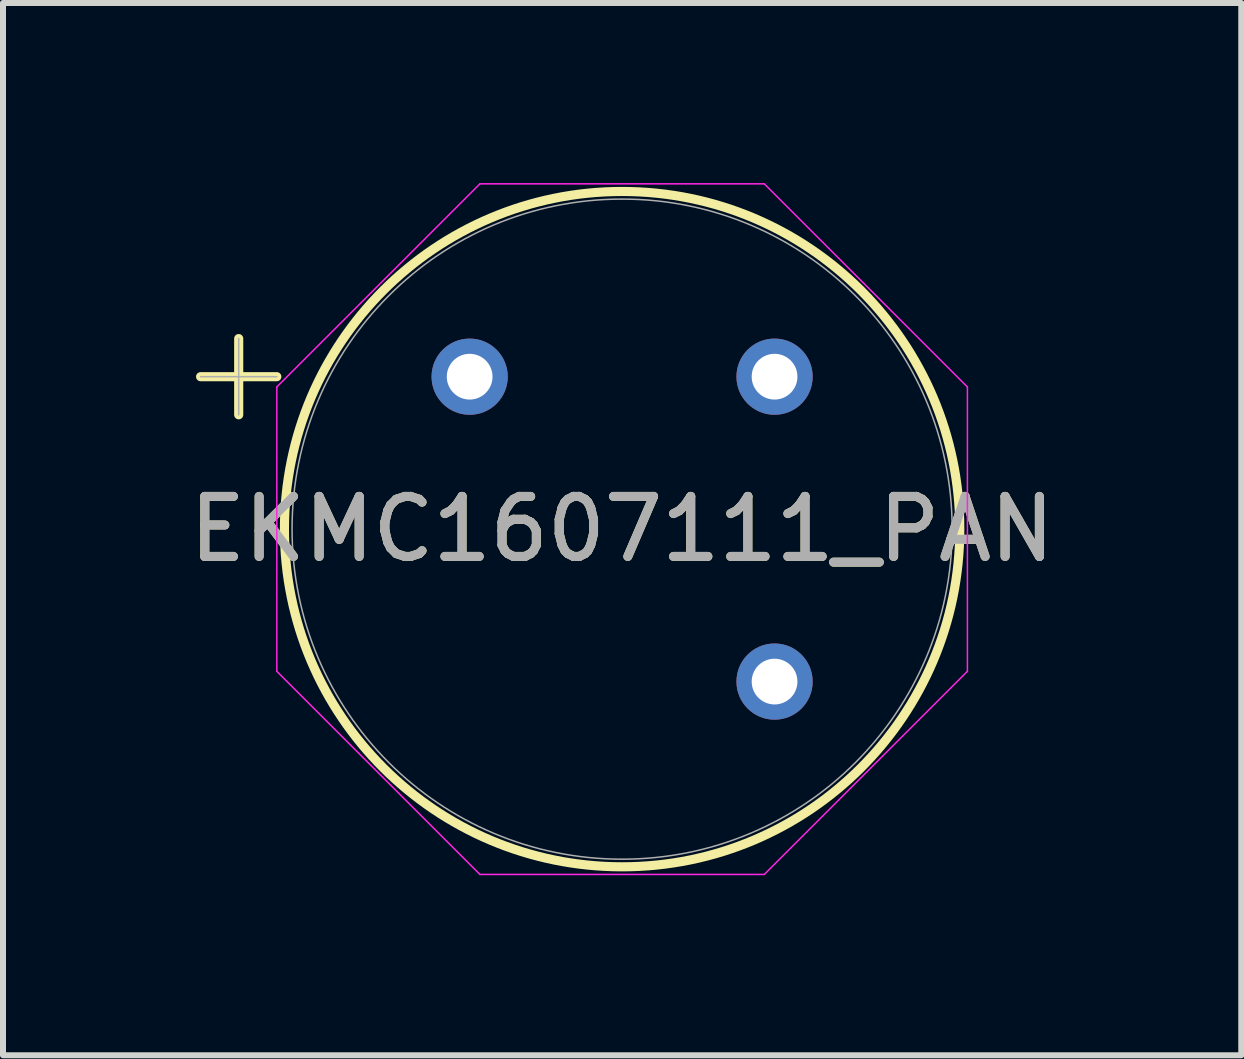
<source format=kicad_pcb>
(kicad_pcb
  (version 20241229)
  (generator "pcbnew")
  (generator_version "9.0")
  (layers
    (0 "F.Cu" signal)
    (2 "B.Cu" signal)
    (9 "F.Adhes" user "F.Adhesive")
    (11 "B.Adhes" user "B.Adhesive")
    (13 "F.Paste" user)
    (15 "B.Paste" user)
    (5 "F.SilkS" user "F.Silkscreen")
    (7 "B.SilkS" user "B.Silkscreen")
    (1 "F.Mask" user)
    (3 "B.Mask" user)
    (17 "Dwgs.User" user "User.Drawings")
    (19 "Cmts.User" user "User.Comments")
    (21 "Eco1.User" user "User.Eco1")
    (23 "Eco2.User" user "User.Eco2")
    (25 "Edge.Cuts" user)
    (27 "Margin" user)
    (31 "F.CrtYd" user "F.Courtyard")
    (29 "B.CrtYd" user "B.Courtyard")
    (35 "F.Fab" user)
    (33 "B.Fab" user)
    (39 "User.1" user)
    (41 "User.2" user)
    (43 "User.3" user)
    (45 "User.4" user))
  (footprint "EKMC1607111_PAN"
    (layer "F.Cu")
    (at 4.775 3.226)
    (property "Reference" "EKMC1607111_PAN" (at 2.54 2.54 0) (unlocked yes) (layer "F.SilkS") (effects (font (size 1 1) (thickness 0.15))))
    (attr through_hole)
    (fp_line (start -4.483 0) (end -3.213 0) (stroke (width 0.152) (type solid)) (layer "F.SilkS"))
    (fp_line (start -3.848 -0.635) (end -3.848 0.635) (stroke (width 0.152) (type solid)) (layer "F.SilkS"))
    (fp_circle (center 2.54 2.54) (end 8.166 2.54) (stroke (width 0.152) (type solid)) (fill no) (layer "F.SilkS"))
    (fp_line (start -3.213 0.171) (end 0.171 -3.213) (stroke (width 0.025) (type solid)) (layer "F.CrtYd"))
    (fp_line (start -3.213 4.909) (end -3.213 0.171) (stroke (width 0.025) (type solid)) (layer "F.CrtYd"))
    (fp_line (start 0.171 -3.213) (end 4.909 -3.213) (stroke (width 0.025) (type solid)) (layer "F.CrtYd"))
    (fp_line (start 0.171 8.293) (end -3.213 4.909) (stroke (width 0.025) (type solid)) (layer "F.CrtYd"))
    (fp_line (start 4.909 -3.213) (end 8.293 0.171) (stroke (width 0.025) (type solid)) (layer "F.CrtYd"))
    (fp_line (start 4.909 8.293) (end 0.171 8.293) (stroke (width 0.025) (type solid)) (layer "F.CrtYd"))
    (fp_line (start 8.293 0.171) (end 8.293 4.909) (stroke (width 0.025) (type solid)) (layer "F.CrtYd"))
    (fp_line (start 8.293 4.909) (end 4.909 8.293) (stroke (width 0.025) (type solid)) (layer "F.CrtYd"))
    (fp_line (start -4.483 0) (end -3.213 0) (stroke (width 0.025) (type solid)) (layer "F.Fab"))
    (fp_line (start -3.848 -0.635) (end -3.848 0.635) (stroke (width 0.025) (type solid)) (layer "F.Fab"))
    (fp_circle (center 2.54 2.54) (end 8.039 2.54) (stroke (width 0.025) (type solid)) (fill no) (layer "F.Fab"))
    (fp_text user "${REFERENCE}" (at 2.54 2.54 0) (unlocked yes) (layer "F.Fab") (effects (font (size 1 1) (thickness 0.15))))
    (pad "1" thru_hole circle (at 0 0) (size 1.27 1.27) (drill 0.762) (layers "*.Cu" "*.Mask"))
    (pad "2" thru_hole circle (at 5.08 0) (size 1.27 1.27) (drill 0.762) (layers "*.Cu" "*.Mask"))
    (pad "3" thru_hole circle (at 5.08 5.08) (size 1.27 1.27) (drill 0.762) (layers "*.Cu" "*.Mask")))
  (gr_rect
    (start -3 -3)
    (end 17.631 14.532)
    (stroke (width 0.1) (type default))
    (fill no)
    (layer "Edge.Cuts")))
</source>
